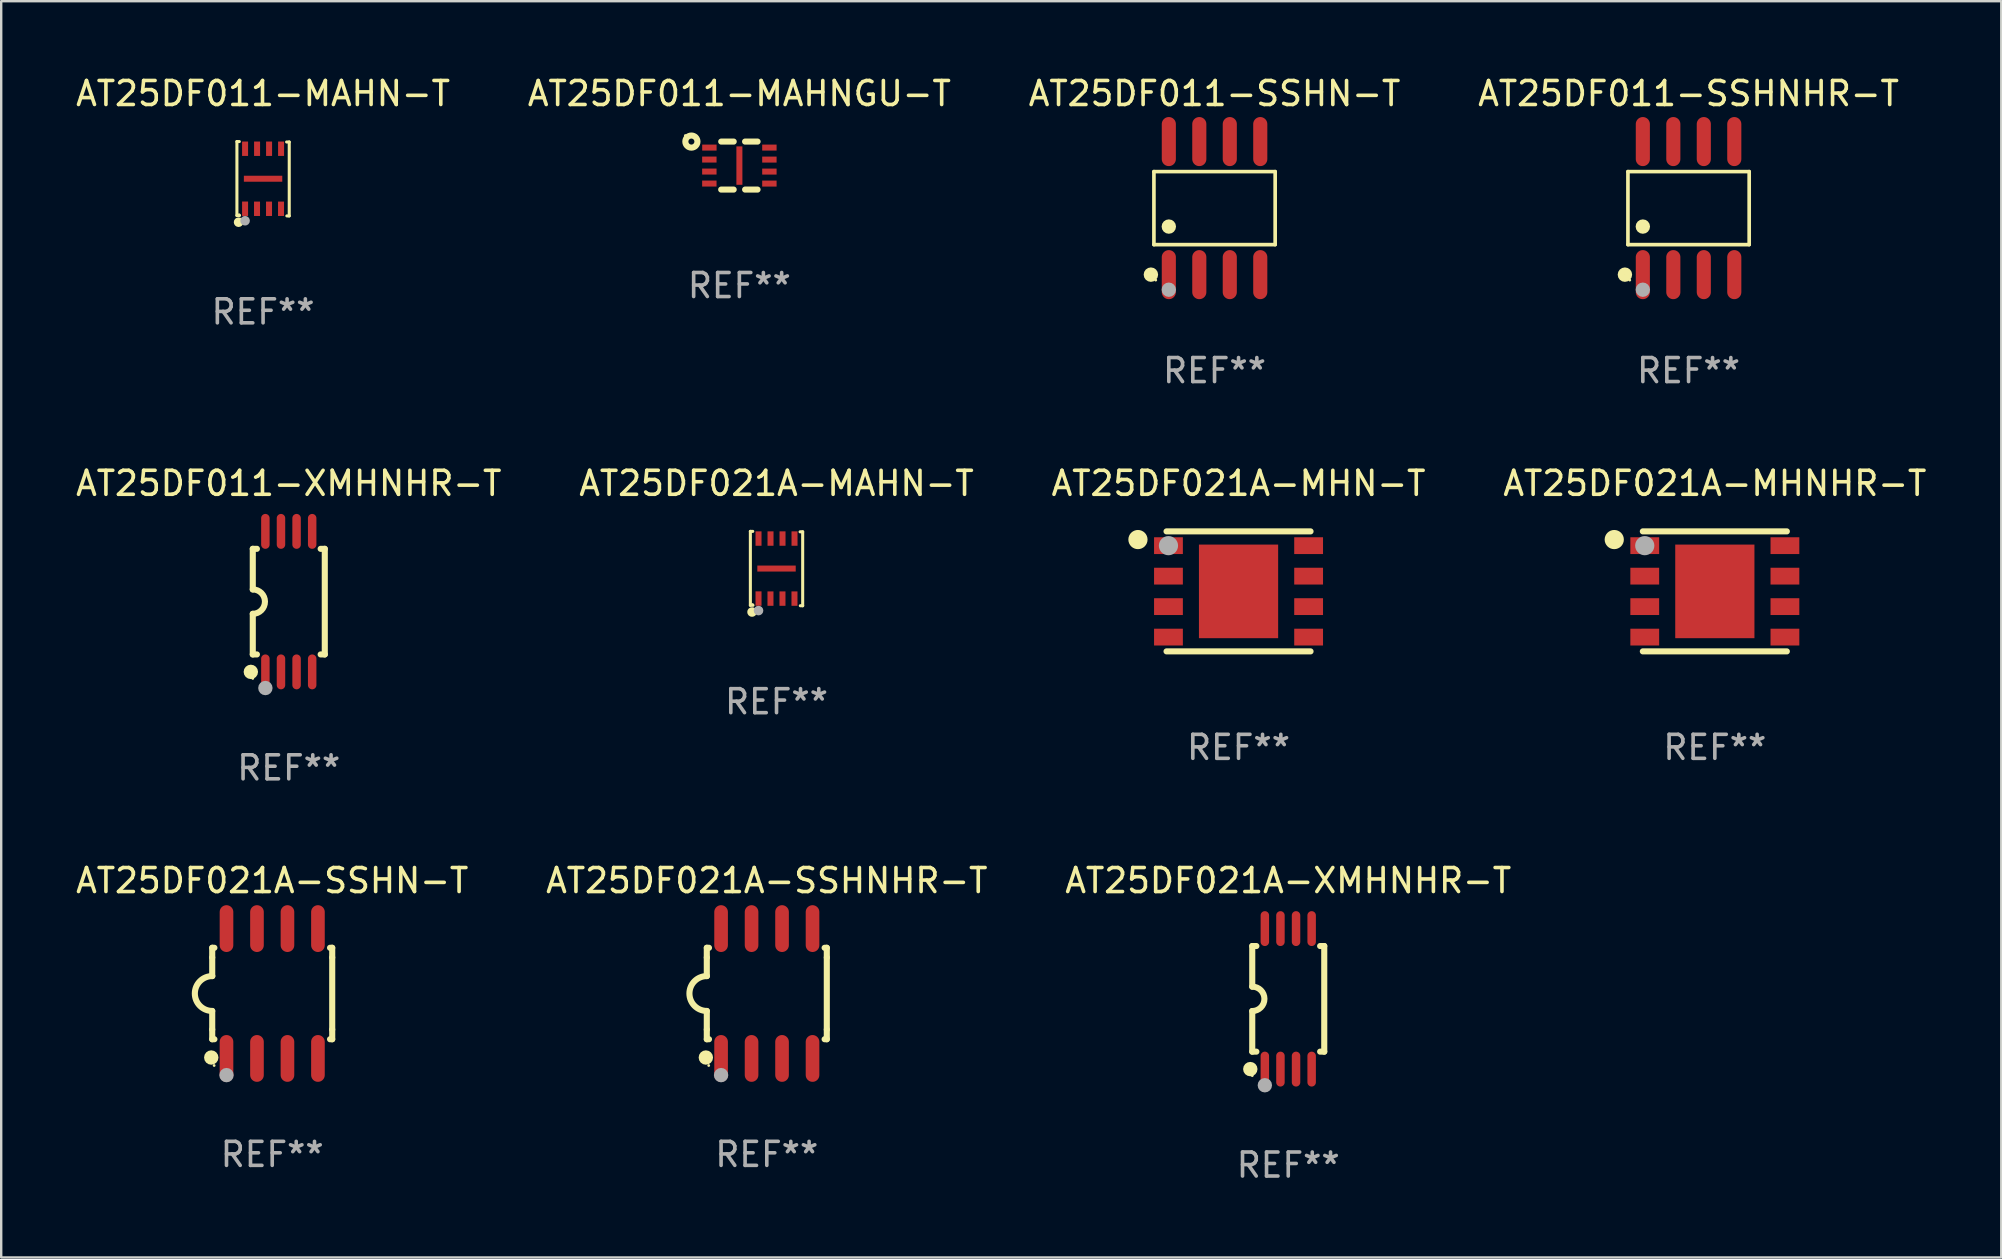
<source format=kicad_pcb>
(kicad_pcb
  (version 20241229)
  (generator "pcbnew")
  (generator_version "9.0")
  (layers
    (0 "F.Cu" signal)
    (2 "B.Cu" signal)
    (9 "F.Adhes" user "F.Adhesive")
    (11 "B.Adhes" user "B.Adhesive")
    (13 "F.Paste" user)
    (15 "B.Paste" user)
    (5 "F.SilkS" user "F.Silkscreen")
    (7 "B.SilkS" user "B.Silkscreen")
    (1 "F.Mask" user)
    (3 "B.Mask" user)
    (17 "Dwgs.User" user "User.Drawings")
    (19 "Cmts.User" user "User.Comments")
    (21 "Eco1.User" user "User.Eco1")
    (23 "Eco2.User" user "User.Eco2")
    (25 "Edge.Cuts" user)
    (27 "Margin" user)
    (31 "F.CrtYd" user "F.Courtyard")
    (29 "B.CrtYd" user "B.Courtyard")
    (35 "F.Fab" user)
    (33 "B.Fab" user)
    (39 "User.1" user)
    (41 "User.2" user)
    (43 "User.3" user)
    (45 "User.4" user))
  (footprint "AT25DF021A-MAHN-T"
    (layer "F.Cu")
    (at 29.304 20.639)
    (property "Reference" "AT25DF021A-MAHN-T" (at 0 -3.549 0) (layer "F.SilkS") (effects (font (size 1 1) (thickness 0.15))))
    (attr through_hole)
    (fp_line (start -1.09 -1.549) (end -1.09 1.531) (stroke (width 0.127) (type solid)) (layer "F.SilkS"))
    (fp_line (start -1.09 1.531) (end -0.98 1.531) (stroke (width 0.127) (type solid)) (layer "F.SilkS"))
    (fp_line (start -0.99 -1.549) (end -1.09 -1.549) (stroke (width 0.127) (type solid)) (layer "F.SilkS"))
    (fp_line (start 0.99 1.549) (end 1.09 1.549) (stroke (width 0.127) (type solid)) (layer "F.SilkS"))
    (fp_line (start 1.09 -1.531) (end 0.98 -1.531) (stroke (width 0.127) (type solid)) (layer "F.SilkS"))
    (fp_line (start 1.09 1.549) (end 1.09 -1.531) (stroke (width 0.127) (type solid)) (layer "F.SilkS"))
    (fp_circle (center -1.02 1.811) (end -0.92 1.811) (stroke (width 0.2) (type solid)) (fill no) (layer "F.SilkS"))
    (fp_circle (center -1 1.5) (end -0.97 1.5) (stroke (width 0.06) (type solid)) (fill no) (layer "F.SilkS"))
    (fp_circle (center -0.75 1.751) (end -0.65 1.751) (stroke (width 0.2) (type solid)) (fill no) (layer "F.Fab"))
    (fp_text user "REF**" (at 0 5.549 0) (layer "F.Fab") (effects (font (size 1 1) (thickness 0.15))))
    (pad "1" smd rect (at -0.75 1.25 180) (size 0.25 0.6) (layers "F.Cu" "F.Mask" "F.Paste"))
    (pad "2" smd rect (at -0.252 1.252 180) (size 0.25 0.6) (layers "F.Cu" "F.Mask" "F.Paste"))
    (pad "3" smd rect (at 0.248 1.252 180) (size 0.25 0.6) (layers "F.Cu" "F.Mask" "F.Paste"))
    (pad "4" smd rect (at 0.748 1.252 180) (size 0.25 0.6) (layers "F.Cu" "F.Mask" "F.Paste"))
    (pad "5" smd rect (at 0.75 -1.25 180) (size 0.25 0.6) (layers "F.Cu" "F.Mask" "F.Paste"))
    (pad "6" smd rect (at 0.25 -1.25 180) (size 0.25 0.6) (layers "F.Cu" "F.Mask" "F.Paste"))
    (pad "7" smd rect (at -0.25 -1.25 180) (size 0.25 0.6) (layers "F.Cu" "F.Mask" "F.Paste"))
    (pad "8" smd rect (at -0.75 -1.25 180) (size 0.25 0.6) (layers "F.Cu" "F.Mask" "F.Paste"))
    (pad "9" smd rect (at -0.000102 0 270) (size 0.25 1.6) (layers "F.Cu" "F.Mask" "F.Paste")))
  (footprint "AT25DF021A-MHN-T"
    (layer "F.Cu")
    (at 48.554 21.59)
    (property "Reference" "AT25DF021A-MHN-T" (at 0 -4.5 0) (layer "F.SilkS") (effects (font (size 1 1) (thickness 0.15))))
    (attr through_hole)
    (fp_line (start 3 -2.5) (end -3 -2.5) (stroke (width 0.254) (type solid)) (layer "F.SilkS"))
    (fp_line (start 3 2.5) (end -3 2.5) (stroke (width 0.254) (type solid)) (layer "F.SilkS"))
    (fp_circle (center -4.191 -2.159) (end -3.991 -2.159) (stroke (width 0.4) (type solid)) (fill no) (layer "F.SilkS"))
    (fp_circle (center -3 -2.5) (end -2.97 -2.5) (stroke (width 0.06) (type solid)) (fill no) (layer "F.SilkS"))
    (fp_circle (center -2.92 -1.905) (end -2.72 -1.905) (stroke (width 0.4) (type solid)) (fill no) (layer "F.Fab"))
    (fp_text user "REF**" (at 0 6.5 0) (layer "F.Fab") (effects (font (size 1 1) (thickness 0.15))))
    (pad "1" smd rect (at -2.92 -1.905) (size 1.2 0.7) (layers "F.Cu" "F.Mask" "F.Paste"))
    (pad "2" smd rect (at -2.92 -0.635) (size 1.2 0.7) (layers "F.Cu" "F.Mask" "F.Paste"))
    (pad "3" smd rect (at -2.92 0.635) (size 1.2 0.7) (layers "F.Cu" "F.Mask" "F.Paste"))
    (pad "4" smd rect (at -2.92 1.905) (size 1.2 0.7) (layers "F.Cu" "F.Mask" "F.Paste"))
    (pad "5" smd rect (at 2.92 1.905) (size 1.2 0.7) (layers "F.Cu" "F.Mask" "F.Paste"))
    (pad "6" smd rect (at 2.92 0.635) (size 1.2 0.7) (layers "F.Cu" "F.Mask" "F.Paste"))
    (pad "7" smd rect (at 2.92 -0.635) (size 1.2 0.7) (layers "F.Cu" "F.Mask" "F.Paste"))
    (pad "8" smd rect (at 2.92 -1.905) (size 1.2 0.7) (layers "F.Cu" "F.Mask" "F.Paste"))
    (pad "9" smd rect (at 0 0) (size 3.3 3.9) (layers "F.Cu" "F.Mask" "F.Paste")))
  (footprint "AT25DF021A-MHNHR-T"
    (layer "F.Cu")
    (at 68.399 21.59)
    (property "Reference" "AT25DF021A-MHNHR-T" (at 0 -4.5 0) (layer "F.SilkS") (effects (font (size 1 1) (thickness 0.15))))
    (attr through_hole)
    (fp_line (start 3 -2.5) (end -3 -2.5) (stroke (width 0.254) (type solid)) (layer "F.SilkS"))
    (fp_line (start 3 2.5) (end -3 2.5) (stroke (width 0.254) (type solid)) (layer "F.SilkS"))
    (fp_circle (center -4.191 -2.159) (end -3.991 -2.159) (stroke (width 0.4) (type solid)) (fill no) (layer "F.SilkS"))
    (fp_circle (center -3 -2.5) (end -2.97 -2.5) (stroke (width 0.06) (type solid)) (fill no) (layer "F.SilkS"))
    (fp_circle (center -2.92 -1.905) (end -2.72 -1.905) (stroke (width 0.4) (type solid)) (fill no) (layer "F.Fab"))
    (fp_text user "REF**" (at 0 6.5 0) (layer "F.Fab") (effects (font (size 1 1) (thickness 0.15))))
    (pad "1" smd rect (at -2.92 -1.905) (size 1.2 0.7) (layers "F.Cu" "F.Mask" "F.Paste"))
    (pad "2" smd rect (at -2.92 -0.635) (size 1.2 0.7) (layers "F.Cu" "F.Mask" "F.Paste"))
    (pad "3" smd rect (at -2.92 0.635) (size 1.2 0.7) (layers "F.Cu" "F.Mask" "F.Paste"))
    (pad "4" smd rect (at -2.92 1.905) (size 1.2 0.7) (layers "F.Cu" "F.Mask" "F.Paste"))
    (pad "5" smd rect (at 2.92 1.905) (size 1.2 0.7) (layers "F.Cu" "F.Mask" "F.Paste"))
    (pad "6" smd rect (at 2.92 0.635) (size 1.2 0.7) (layers "F.Cu" "F.Mask" "F.Paste"))
    (pad "7" smd rect (at 2.92 -0.635) (size 1.2 0.7) (layers "F.Cu" "F.Mask" "F.Paste"))
    (pad "8" smd rect (at 2.92 -1.905) (size 1.2 0.7) (layers "F.Cu" "F.Mask" "F.Paste"))
    (pad "9" smd rect (at 0 0) (size 3.3 3.9) (layers "F.Cu" "F.Mask" "F.Paste")))
  (footprint "AT25DF021A-XMHNHR-T"
    (layer "F.Cu")
    (at 50.625 38.567)
    (property "Reference" "AT25DF021A-XMHNHR-T" (at 0 -4.927 0) (layer "F.SilkS") (effects (font (size 1 1) (thickness 0.15))))
    (attr through_hole)
    (fp_line (start -1.5 -2.2) (end -1.5 -0.508) (stroke (width 0.254) (type solid)) (layer "F.SilkS"))
    (fp_line (start -1.5 -2.2) (end -1.328 -2.2) (stroke (width 0.254) (type solid)) (layer "F.SilkS"))
    (fp_line (start -1.5 2.2) (end -1.5 0.508) (stroke (width 0.254) (type solid)) (layer "F.SilkS"))
    (fp_line (start -1.5 2.2) (end -1.328 2.2) (stroke (width 0.254) (type solid)) (layer "F.SilkS"))
    (fp_line (start 1.328 -2.2) (end 1.5 -2.2) (stroke (width 0.254) (type solid)) (layer "F.SilkS"))
    (fp_line (start 1.328 2.2) (end 1.5 2.2) (stroke (width 0.254) (type solid)) (layer "F.SilkS"))
    (fp_line (start 1.5 -2.2) (end 1.5 2.2) (stroke (width 0.254) (type solid)) (layer "F.SilkS"))
    (fp_arc (start -1.501144 -0.508) (mid -0.993143 -0.000571) (end -1.5 0.508001) (stroke (width 0.254001) (type solid)) (layer "F.SilkS"))
    (fp_circle (center -1.581 2.927) (end -1.431 2.927) (stroke (width 0.3) (type solid)) (fill no) (layer "F.SilkS"))
    (fp_circle (center -1.5 3.2) (end -1.47 3.2) (stroke (width 0.06) (type solid)) (fill no) (layer "F.SilkS"))
    (fp_circle (center -0.975 3.6) (end -0.825 3.6) (stroke (width 0.3) (type solid)) (fill no) (layer "F.Fab"))
    (fp_text user "REF**" (at 0 6.927 0) (layer "F.Fab") (effects (font (size 1 1) (thickness 0.15))))
    (pad "1" smd oval (at -0.975 2.927) (size 0.353 1.454) (layers "F.Cu" "F.Mask" "F.Paste"))
    (pad "2" smd oval (at -0.325 2.927) (size 0.353 1.454) (layers "F.Cu" "F.Mask" "F.Paste"))
    (pad "3" smd oval (at 0.325 2.927) (size 0.353 1.454) (layers "F.Cu" "F.Mask" "F.Paste"))
    (pad "4" smd oval (at 0.975 2.927) (size 0.353 1.454) (layers "F.Cu" "F.Mask" "F.Paste"))
    (pad "5" smd oval (at 0.975 -2.927) (size 0.353 1.454) (layers "F.Cu" "F.Mask" "F.Paste"))
    (pad "6" smd oval (at 0.325 -2.927) (size 0.353 1.454) (layers "F.Cu" "F.Mask" "F.Paste"))
    (pad "7" smd oval (at -0.325 -2.927) (size 0.353 1.454) (layers "F.Cu" "F.Mask" "F.Paste"))
    (pad "8" smd oval (at -0.975 -2.927) (size 0.353 1.454) (layers "F.Cu" "F.Mask" "F.Paste")))
  (footprint "AT25DF011-SSHNHR-T"
    (layer "F.Cu")
    (at 67.304 5.621)
    (property "Reference" "AT25DF011-SSHNHR-T" (at 0 -4.772 0) (layer "F.SilkS") (effects (font (size 1 1) (thickness 0.15))))
    (attr through_hole)
    (fp_line (start -2.526 -1.521) (end 2.526 -1.521) (stroke (width 0.152) (type solid)) (layer "F.SilkS"))
    (fp_line (start -2.526 1.521) (end -2.526 -1.521) (stroke (width 0.152) (type solid)) (layer "F.SilkS"))
    (fp_line (start 2.526 -1.521) (end 2.526 1.521) (stroke (width 0.152) (type solid)) (layer "F.SilkS"))
    (fp_line (start 2.526 1.521) (end -2.526 1.521) (stroke (width 0.152) (type solid)) (layer "F.SilkS"))
    (fp_circle (center -2.652 2.772) (end -2.501 2.772) (stroke (width 0.3) (type solid)) (fill no) (layer "F.SilkS"))
    (fp_circle (center -2.45 3) (end -2.42 3) (stroke (width 0.06) (type solid)) (fill no) (layer "F.SilkS"))
    (fp_circle (center -1.905 0.769) (end -1.755 0.769) (stroke (width 0.3) (type solid)) (fill no) (layer "F.SilkS"))
    (fp_circle (center -1.905 3.4) (end -1.755 3.4) (stroke (width 0.3) (type solid)) (fill no) (layer "F.Fab"))
    (fp_text user "REF**" (at 0 6.772 0) (layer "F.Fab") (effects (font (size 1 1) (thickness 0.15))))
    (pad "1" smd oval (at -1.905 2.772) (size 0.588 2.045) (layers "F.Cu" "F.Mask" "F.Paste"))
    (pad "2" smd oval (at -0.635 2.772) (size 0.588 2.045) (layers "F.Cu" "F.Mask" "F.Paste"))
    (pad "3" smd oval (at 0.635 2.772) (size 0.588 2.045) (layers "F.Cu" "F.Mask" "F.Paste"))
    (pad "4" smd oval (at 1.905 2.772) (size 0.588 2.045) (layers "F.Cu" "F.Mask" "F.Paste"))
    (pad "5" smd oval (at 1.905 -2.772) (size 0.588 2.045) (layers "F.Cu" "F.Mask" "F.Paste"))
    (pad "6" smd oval (at 0.635 -2.772) (size 0.588 2.045) (layers "F.Cu" "F.Mask" "F.Paste"))
    (pad "7" smd oval (at -0.635 -2.772) (size 0.588 2.045) (layers "F.Cu" "F.Mask" "F.Paste"))
    (pad "8" smd oval (at -1.905 -2.772) (size 0.588 2.045) (layers "F.Cu" "F.Mask" "F.Paste")))
  (footprint "AT25DF021A-SSHN-T"
    (layer "F.Cu")
    (at 8.292 38.345)
    (property "Reference" "AT25DF021A-SSHN-T" (at 0 -4.705 0) (layer "F.SilkS") (effects (font (size 1 1) (thickness 0.15))))
    (attr through_hole)
    (fp_line (start -2.5 -1.905) (end -2.409 -1.905) (stroke (width 0.254) (type solid)) (layer "F.SilkS"))
    (fp_line (start -2.5 -1.5) (end -2.5 -1.905) (stroke (width 0.254) (type solid)) (layer "F.SilkS"))
    (fp_line (start -2.5 -1.5) (end -2.5 -0.726) (stroke (width 0.254) (type solid)) (layer "F.SilkS"))
    (fp_line (start -2.5 1.5) (end -2.5 0.727) (stroke (width 0.254) (type solid)) (layer "F.SilkS"))
    (fp_line (start -2.5 1.5) (end -2.5 1.905) (stroke (width 0.254) (type solid)) (layer "F.SilkS"))
    (fp_line (start -2.5 1.905) (end -2.409 1.905) (stroke (width 0.254) (type solid)) (layer "F.SilkS"))
    (fp_line (start 2.5 -1.905) (end 2.409 -1.905) (stroke (width 0.254) (type solid)) (layer "F.SilkS"))
    (fp_line (start 2.5 -1.5) (end 2.5 -1.905) (stroke (width 0.254) (type solid)) (layer "F.SilkS"))
    (fp_line (start 2.5 -1.5) (end 2.5 1.5) (stroke (width 0.254) (type solid)) (layer "F.SilkS"))
    (fp_line (start 2.5 1.5) (end 2.5 1.905) (stroke (width 0.254) (type solid)) (layer "F.SilkS"))
    (fp_line (start 2.5 1.905) (end 2.409 1.905) (stroke (width 0.254) (type solid)) (layer "F.SilkS"))
    (fp_arc (start -2.5 0.726568) (mid -3.220316 -0.0023) (end -2.495097 -0.726289) (stroke (width 0.254001) (type solid)) (layer "F.SilkS"))
    (fp_circle (center -2.54 2.667) (end -2.39 2.667) (stroke (width 0.3) (type solid)) (fill no) (layer "F.SilkS"))
    (fp_circle (center -2.42 3) (end -2.39 3) (stroke (width 0.06) (type solid)) (fill no) (layer "F.SilkS"))
    (fp_circle (center -1.905 3.4) (end -1.755 3.4) (stroke (width 0.3) (type solid)) (fill no) (layer "F.Fab"))
    (fp_text user "REF**" (at 0 6.705 0) (layer "F.Fab") (effects (font (size 1 1) (thickness 0.15))))
    (pad "1" smd oval (at -1.905 2.705) (size 0.568 1.95) (layers "F.Cu" "F.Mask" "F.Paste"))
    (pad "2" smd oval (at -0.635 2.705) (size 0.568 1.95) (layers "F.Cu" "F.Mask" "F.Paste"))
    (pad "3" smd oval (at 0.635 2.705) (size 0.568 1.95) (layers "F.Cu" "F.Mask" "F.Paste"))
    (pad "4" smd oval (at 1.905 2.705) (size 0.568 1.95) (layers "F.Cu" "F.Mask" "F.Paste"))
    (pad "5" smd oval (at 1.905 -2.705) (size 0.568 1.95) (layers "F.Cu" "F.Mask" "F.Paste"))
    (pad "6" smd oval (at 0.635 -2.705) (size 0.568 1.95) (layers "F.Cu" "F.Mask" "F.Paste"))
    (pad "7" smd oval (at -0.635 -2.705) (size 0.568 1.95) (layers "F.Cu" "F.Mask" "F.Paste"))
    (pad "8" smd oval (at -1.905 -2.705) (size 0.568 1.95) (layers "F.Cu" "F.Mask" "F.Paste")))
  (footprint "AT25DF021A-SSHNHR-T"
    (layer "F.Cu")
    (at 28.899 38.345)
    (property "Reference" "AT25DF021A-SSHNHR-T" (at 0 -4.705 0) (layer "F.SilkS") (effects (font (size 1 1) (thickness 0.15))))
    (attr through_hole)
    (fp_line (start -2.5 -1.905) (end -2.409 -1.905) (stroke (width 0.254) (type solid)) (layer "F.SilkS"))
    (fp_line (start -2.5 -1.5) (end -2.5 -1.905) (stroke (width 0.254) (type solid)) (layer "F.SilkS"))
    (fp_line (start -2.5 -1.5) (end -2.5 -0.726) (stroke (width 0.254) (type solid)) (layer "F.SilkS"))
    (fp_line (start -2.5 1.5) (end -2.5 0.727) (stroke (width 0.254) (type solid)) (layer "F.SilkS"))
    (fp_line (start -2.5 1.5) (end -2.5 1.905) (stroke (width 0.254) (type solid)) (layer "F.SilkS"))
    (fp_line (start -2.5 1.905) (end -2.409 1.905) (stroke (width 0.254) (type solid)) (layer "F.SilkS"))
    (fp_line (start 2.5 -1.905) (end 2.409 -1.905) (stroke (width 0.254) (type solid)) (layer "F.SilkS"))
    (fp_line (start 2.5 -1.5) (end 2.5 -1.905) (stroke (width 0.254) (type solid)) (layer "F.SilkS"))
    (fp_line (start 2.5 -1.5) (end 2.5 1.5) (stroke (width 0.254) (type solid)) (layer "F.SilkS"))
    (fp_line (start 2.5 1.5) (end 2.5 1.905) (stroke (width 0.254) (type solid)) (layer "F.SilkS"))
    (fp_line (start 2.5 1.905) (end 2.409 1.905) (stroke (width 0.254) (type solid)) (layer "F.SilkS"))
    (fp_arc (start -2.5 0.726568) (mid -3.220316 -0.0023) (end -2.495097 -0.726289) (stroke (width 0.254001) (type solid)) (layer "F.SilkS"))
    (fp_circle (center -2.54 2.667) (end -2.39 2.667) (stroke (width 0.3) (type solid)) (fill no) (layer "F.SilkS"))
    (fp_circle (center -2.42 3) (end -2.39 3) (stroke (width 0.06) (type solid)) (fill no) (layer "F.SilkS"))
    (fp_circle (center -1.905 3.4) (end -1.755 3.4) (stroke (width 0.3) (type solid)) (fill no) (layer "F.Fab"))
    (fp_text user "REF**" (at 0 6.705 0) (layer "F.Fab") (effects (font (size 1 1) (thickness 0.15))))
    (pad "1" smd oval (at -1.905 2.705) (size 0.568 1.95) (layers "F.Cu" "F.Mask" "F.Paste"))
    (pad "2" smd oval (at -0.635 2.705) (size 0.568 1.95) (layers "F.Cu" "F.Mask" "F.Paste"))
    (pad "3" smd oval (at 0.635 2.705) (size 0.568 1.95) (layers "F.Cu" "F.Mask" "F.Paste"))
    (pad "4" smd oval (at 1.905 2.705) (size 0.568 1.95) (layers "F.Cu" "F.Mask" "F.Paste"))
    (pad "5" smd oval (at 1.905 -2.705) (size 0.568 1.95) (layers "F.Cu" "F.Mask" "F.Paste"))
    (pad "6" smd oval (at 0.635 -2.705) (size 0.568 1.95) (layers "F.Cu" "F.Mask" "F.Paste"))
    (pad "7" smd oval (at -0.635 -2.705) (size 0.568 1.95) (layers "F.Cu" "F.Mask" "F.Paste"))
    (pad "8" smd oval (at -1.905 -2.705) (size 0.568 1.95) (layers "F.Cu" "F.Mask" "F.Paste")))
  (footprint "AT25DF011-MAHN-T"
    (layer "F.Cu")
    (at 7.911 4.397)
    (property "Reference" "AT25DF011-MAHN-T" (at 0 -3.549 0) (layer "F.SilkS") (effects (font (size 1 1) (thickness 0.15))))
    (attr through_hole)
    (fp_line (start -1.09 -1.549) (end -1.09 1.531) (stroke (width 0.127) (type solid)) (layer "F.SilkS"))
    (fp_line (start -1.09 1.531) (end -0.98 1.531) (stroke (width 0.127) (type solid)) (layer "F.SilkS"))
    (fp_line (start -0.99 -1.549) (end -1.09 -1.549) (stroke (width 0.127) (type solid)) (layer "F.SilkS"))
    (fp_line (start 0.99 1.549) (end 1.09 1.549) (stroke (width 0.127) (type solid)) (layer "F.SilkS"))
    (fp_line (start 1.09 -1.531) (end 0.98 -1.531) (stroke (width 0.127) (type solid)) (layer "F.SilkS"))
    (fp_line (start 1.09 1.549) (end 1.09 -1.531) (stroke (width 0.127) (type solid)) (layer "F.SilkS"))
    (fp_circle (center -1.02 1.811) (end -0.92 1.811) (stroke (width 0.2) (type solid)) (fill no) (layer "F.SilkS"))
    (fp_circle (center -1 1.5) (end -0.97 1.5) (stroke (width 0.06) (type solid)) (fill no) (layer "F.SilkS"))
    (fp_circle (center -0.75 1.751) (end -0.65 1.751) (stroke (width 0.2) (type solid)) (fill no) (layer "F.Fab"))
    (fp_text user "REF**" (at 0 5.549 0) (layer "F.Fab") (effects (font (size 1 1) (thickness 0.15))))
    (pad "1" smd rect (at -0.75 1.25 180) (size 0.25 0.6) (layers "F.Cu" "F.Mask" "F.Paste"))
    (pad "2" smd rect (at -0.252 1.252 180) (size 0.25 0.6) (layers "F.Cu" "F.Mask" "F.Paste"))
    (pad "3" smd rect (at 0.248 1.252 180) (size 0.25 0.6) (layers "F.Cu" "F.Mask" "F.Paste"))
    (pad "4" smd rect (at 0.748 1.252 180) (size 0.25 0.6) (layers "F.Cu" "F.Mask" "F.Paste"))
    (pad "5" smd rect (at 0.75 -1.25 180) (size 0.25 0.6) (layers "F.Cu" "F.Mask" "F.Paste"))
    (pad "6" smd rect (at 0.25 -1.25 180) (size 0.25 0.6) (layers "F.Cu" "F.Mask" "F.Paste"))
    (pad "7" smd rect (at -0.25 -1.25 180) (size 0.25 0.6) (layers "F.Cu" "F.Mask" "F.Paste"))
    (pad "8" smd rect (at -0.75 -1.25 180) (size 0.25 0.6) (layers "F.Cu" "F.Mask" "F.Paste"))
    (pad "9" smd rect (at -0.000102 0 270) (size 0.25 1.6) (layers "F.Cu" "F.Mask" "F.Paste")))
  (footprint "AT25DF011-MAHNGU-T"
    (layer "F.Cu")
    (at 27.756 3.849)
    (property "Reference" "AT25DF011-MAHNGU-T" (at 0 -3 0) (layer "F.SilkS") (effects (font (size 1 1) (thickness 0.15))))
    (attr through_hole)
    (fp_line (start -0.758 1) (end -0.237 1) (stroke (width 0.254) (type solid)) (layer "F.SilkS"))
    (fp_line (start -0.756 -1) (end -0.236 -1) (stroke (width 0.254) (type solid)) (layer "F.SilkS"))
    (fp_line (start 0.238 -1) (end 0.758 -1) (stroke (width 0.254) (type solid)) (layer "F.SilkS"))
    (fp_line (start 0.239 1) (end 0.757 1) (stroke (width 0.254) (type solid)) (layer "F.SilkS"))
    (fp_circle (center -2.251 -1.252) (end -2.221 -1.252) (stroke (width 0.06) (type solid)) (fill no) (layer "F.SilkS"))
    (fp_circle (center -1.999 -1) (end -1.874 -1) (stroke (width 0.254) (type solid)) (fill no) (layer "F.SilkS"))
    (fp_text user "REF**" (at 0 5 0) (layer "F.Fab") (effects (font (size 1 1) (thickness 0.15))))
    (pad "1" smd rect (at -1.249 -0.75 90) (size 0.25 0.6) (layers "F.Cu" "F.Mask" "F.Paste"))
    (pad "2" smd rect (at -1.251 -0.251 90) (size 0.25 0.6) (layers "F.Cu" "F.Mask" "F.Paste"))
    (pad "3" smd rect (at -1.251 0.249 90) (size 0.25 0.6) (layers "F.Cu" "F.Mask" "F.Paste"))
    (pad "4" smd rect (at -1.251 0.749 90) (size 0.25 0.6) (layers "F.Cu" "F.Mask" "F.Paste"))
    (pad "5" smd rect (at 1.251 0.75 90) (size 0.25 0.6) (layers "F.Cu" "F.Mask" "F.Paste"))
    (pad "6" smd rect (at 1.251 0.25 90) (size 0.25 0.6) (layers "F.Cu" "F.Mask" "F.Paste"))
    (pad "7" smd rect (at 1.251 -0.25 90) (size 0.25 0.6) (layers "F.Cu" "F.Mask" "F.Paste"))
    (pad "8" smd rect (at 1.251 -0.75 90) (size 0.25 0.6) (layers "F.Cu" "F.Mask" "F.Paste"))
    (pad "9" smd rect (at 0.001 0.000381 180) (size 0.25 1.6) (layers "F.Cu" "F.Mask" "F.Paste")))
  (footprint "AT25DF011-SSHN-T"
    (layer "F.Cu")
    (at 47.554 5.621)
    (property "Reference" "AT25DF011-SSHN-T" (at 0 -4.772 0) (layer "F.SilkS") (effects (font (size 1 1) (thickness 0.15))))
    (attr through_hole)
    (fp_line (start -2.526 -1.521) (end 2.526 -1.521) (stroke (width 0.152) (type solid)) (layer "F.SilkS"))
    (fp_line (start -2.526 1.521) (end -2.526 -1.521) (stroke (width 0.152) (type solid)) (layer "F.SilkS"))
    (fp_line (start 2.526 -1.521) (end 2.526 1.521) (stroke (width 0.152) (type solid)) (layer "F.SilkS"))
    (fp_line (start 2.526 1.521) (end -2.526 1.521) (stroke (width 0.152) (type solid)) (layer "F.SilkS"))
    (fp_circle (center -2.652 2.772) (end -2.501 2.772) (stroke (width 0.3) (type solid)) (fill no) (layer "F.SilkS"))
    (fp_circle (center -2.45 3) (end -2.42 3) (stroke (width 0.06) (type solid)) (fill no) (layer "F.SilkS"))
    (fp_circle (center -1.905 0.769) (end -1.755 0.769) (stroke (width 0.3) (type solid)) (fill no) (layer "F.SilkS"))
    (fp_circle (center -1.905 3.4) (end -1.755 3.4) (stroke (width 0.3) (type solid)) (fill no) (layer "F.Fab"))
    (fp_text user "REF**" (at 0 6.772 0) (layer "F.Fab") (effects (font (size 1 1) (thickness 0.15))))
    (pad "1" smd oval (at -1.905 2.772) (size 0.588 2.045) (layers "F.Cu" "F.Mask" "F.Paste"))
    (pad "2" smd oval (at -0.635 2.772) (size 0.588 2.045) (layers "F.Cu" "F.Mask" "F.Paste"))
    (pad "3" smd oval (at 0.635 2.772) (size 0.588 2.045) (layers "F.Cu" "F.Mask" "F.Paste"))
    (pad "4" smd oval (at 1.905 2.772) (size 0.588 2.045) (layers "F.Cu" "F.Mask" "F.Paste"))
    (pad "5" smd oval (at 1.905 -2.772) (size 0.588 2.045) (layers "F.Cu" "F.Mask" "F.Paste"))
    (pad "6" smd oval (at 0.635 -2.772) (size 0.588 2.045) (layers "F.Cu" "F.Mask" "F.Paste"))
    (pad "7" smd oval (at -0.635 -2.772) (size 0.588 2.045) (layers "F.Cu" "F.Mask" "F.Paste"))
    (pad "8" smd oval (at -1.905 -2.772) (size 0.588 2.045) (layers "F.Cu" "F.Mask" "F.Paste")))
  (footprint "AT25DF011-XMHNHR-T"
    (layer "F.Cu")
    (at 8.982 22.017)
    (property "Reference" "AT25DF011-XMHNHR-T" (at 0 -4.927 0) (layer "F.SilkS") (effects (font (size 1 1) (thickness 0.15))))
    (attr through_hole)
    (fp_line (start -1.5 -2.2) (end -1.5 -0.508) (stroke (width 0.254) (type solid)) (layer "F.SilkS"))
    (fp_line (start -1.5 -2.2) (end -1.328 -2.2) (stroke (width 0.254) (type solid)) (layer "F.SilkS"))
    (fp_line (start -1.5 2.2) (end -1.5 0.508) (stroke (width 0.254) (type solid)) (layer "F.SilkS"))
    (fp_line (start -1.5 2.2) (end -1.328 2.2) (stroke (width 0.254) (type solid)) (layer "F.SilkS"))
    (fp_line (start 1.328 -2.2) (end 1.5 -2.2) (stroke (width 0.254) (type solid)) (layer "F.SilkS"))
    (fp_line (start 1.328 2.2) (end 1.5 2.2) (stroke (width 0.254) (type solid)) (layer "F.SilkS"))
    (fp_line (start 1.5 -2.2) (end 1.5 2.2) (stroke (width 0.254) (type solid)) (layer "F.SilkS"))
    (fp_arc (start -1.501144 -0.508) (mid -0.993143 -0.000571) (end -1.5 0.508001) (stroke (width 0.254001) (type solid)) (layer "F.SilkS"))
    (fp_circle (center -1.581 2.927) (end -1.431 2.927) (stroke (width 0.3) (type solid)) (fill no) (layer "F.SilkS"))
    (fp_circle (center -1.5 3.2) (end -1.47 3.2) (stroke (width 0.06) (type solid)) (fill no) (layer "F.SilkS"))
    (fp_circle (center -0.975 3.6) (end -0.825 3.6) (stroke (width 0.3) (type solid)) (fill no) (layer "F.Fab"))
    (fp_text user "REF**" (at 0 6.927 0) (layer "F.Fab") (effects (font (size 1 1) (thickness 0.15))))
    (pad "1" smd oval (at -0.975 2.927) (size 0.353 1.454) (layers "F.Cu" "F.Mask" "F.Paste"))
    (pad "2" smd oval (at -0.325 2.927) (size 0.353 1.454) (layers "F.Cu" "F.Mask" "F.Paste"))
    (pad "3" smd oval (at 0.325 2.927) (size 0.353 1.454) (layers "F.Cu" "F.Mask" "F.Paste"))
    (pad "4" smd oval (at 0.975 2.927) (size 0.353 1.454) (layers "F.Cu" "F.Mask" "F.Paste"))
    (pad "5" smd oval (at 0.975 -2.927) (size 0.353 1.454) (layers "F.Cu" "F.Mask" "F.Paste"))
    (pad "6" smd oval (at 0.325 -2.927) (size 0.353 1.454) (layers "F.Cu" "F.Mask" "F.Paste"))
    (pad "7" smd oval (at -0.325 -2.927) (size 0.353 1.454) (layers "F.Cu" "F.Mask" "F.Paste"))
    (pad "8" smd oval (at -0.975 -2.927) (size 0.353 1.454) (layers "F.Cu" "F.Mask" "F.Paste")))
  (gr_rect
    (start -3 -3)
    (end 80.333 49.343)
    (stroke (width 0.1) (type default))
    (fill no)
    (layer "Edge.Cuts")))
</source>
